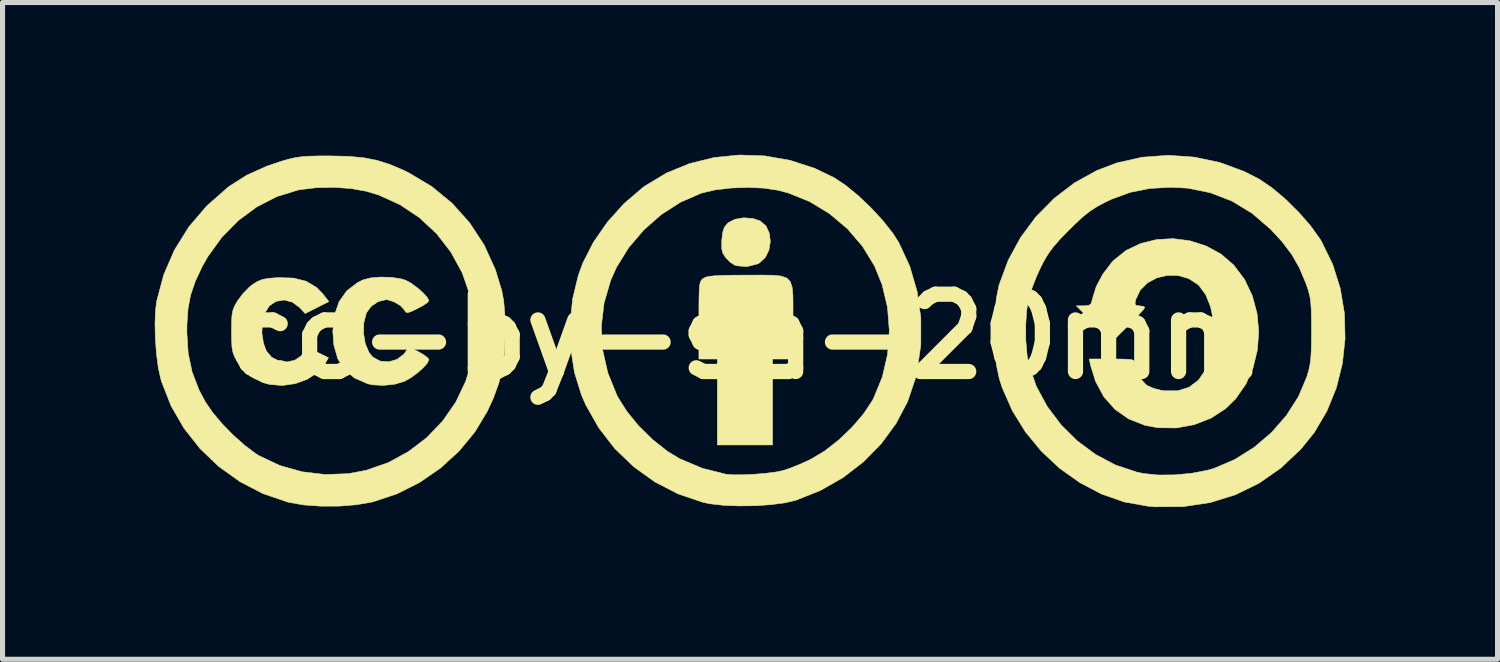
<source format=kicad_pcb>
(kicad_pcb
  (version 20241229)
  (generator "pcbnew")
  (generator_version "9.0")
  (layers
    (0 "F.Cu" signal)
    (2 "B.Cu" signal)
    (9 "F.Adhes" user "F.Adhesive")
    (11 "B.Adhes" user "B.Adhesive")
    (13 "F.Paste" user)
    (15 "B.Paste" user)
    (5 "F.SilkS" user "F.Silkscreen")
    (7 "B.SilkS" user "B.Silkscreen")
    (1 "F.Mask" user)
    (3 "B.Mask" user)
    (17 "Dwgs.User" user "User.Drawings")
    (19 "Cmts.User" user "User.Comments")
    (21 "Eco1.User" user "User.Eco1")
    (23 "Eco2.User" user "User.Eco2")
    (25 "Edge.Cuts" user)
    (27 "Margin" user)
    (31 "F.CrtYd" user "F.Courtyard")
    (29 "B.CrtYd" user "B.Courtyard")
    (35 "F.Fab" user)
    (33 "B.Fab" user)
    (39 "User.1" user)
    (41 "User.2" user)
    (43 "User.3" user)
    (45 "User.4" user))
  (footprint "cc-by-sa-20mm"
    (layer "F.Cu")
    (at 11.653 3.583)
    (property "Reference" "cc-by-sa-20mm" (at 0 0 0) (layer "F.SilkS") (effects (font (size 1.524 1.524) (thickness 0.3))))
    (attr through_hole)
    (fp_poly (pts (xy 0.135 -2.327) (xy 0.28 -2.279) (xy 0.395 -2.179) (xy 0.461 -2.036) (xy 0.48 -1.871) (xy 0.453 -1.704) (xy 0.381 -1.557) (xy 0.265 -1.45) (xy 0.224 -1.43) (xy 0.017 -1.378) (xy -0.179 -1.394) (xy -0.226 -1.41) (xy -0.31 -1.465) (xy -0.396 -1.552) (xy -0.402 -1.559) (xy -0.454 -1.64) (xy -0.477 -1.729) (xy -0.478 -1.856) (xy -0.475 -1.911) (xy -0.458 -2.058) (xy -0.425 -2.154) (xy -0.367 -2.226) (xy -0.348 -2.244) (xy -0.217 -2.311) (xy -0.045 -2.34) (xy 0.135 -2.327)) (stroke (width 0.01) (type solid)) (fill yes) (layer "F.SilkS"))
    (fp_poly (pts (xy 0.529 -1.208) (xy 0.692 -1.192) (xy 0.804 -1.153) (xy 0.874 -1.082) (xy 0.911 -0.969) (xy 0.926 -0.804) (xy 0.928 -0.578) (xy 0.927 -0.302) (xy 0.927 0.443) (xy 0.524 0.443) (xy 0.524 2.137) (xy -0.564 2.137) (xy -0.564 0.443) (xy -0.927 0.443) (xy -0.927 -0.32) (xy -0.927 -0.586) (xy -0.925 -0.783) (xy -0.92 -0.923) (xy -0.912 -1.017) (xy -0.898 -1.076) (xy -0.877 -1.113) (xy -0.849 -1.139) (xy -0.838 -1.147) (xy -0.792 -1.17) (xy -0.72 -1.186) (xy -0.612 -1.198) (xy -0.457 -1.205) (xy -0.242 -1.209) (xy 0.009 -1.21) (xy 0.304 -1.211) (xy 0.529 -1.208)) (stroke (width 0.01) (type solid)) (fill yes) (layer "F.SilkS"))
    (fp_poly (pts (xy -8.916 -1.152) (xy -8.666 -1.088) (xy -8.463 -0.967) (xy -8.343 -0.843) (xy -8.221 -0.689) (xy -8.688 -0.453) (xy -8.792 -0.567) (xy -8.939 -0.677) (xy -9.101 -0.72) (xy -9.262 -0.693) (xy -9.393 -0.606) (xy -9.481 -0.467) (xy -9.531 -0.281) (xy -9.541 -0.071) (xy -9.509 0.137) (xy -9.452 0.286) (xy -9.35 0.408) (xy -9.208 0.48) (xy -9.049 0.501) (xy -8.896 0.469) (xy -8.768 0.384) (xy -8.724 0.325) (xy -8.655 0.209) (xy -8.229 0.418) (xy -8.297 0.534) (xy -8.444 0.708) (xy -8.644 0.841) (xy -8.881 0.928) (xy -9.136 0.965) (xy -9.391 0.944) (xy -9.527 0.906) (xy -9.758 0.79) (xy -9.935 0.627) (xy -10.029 0.491) (xy -10.08 0.397) (xy -10.113 0.309) (xy -10.131 0.207) (xy -10.138 0.067) (xy -10.14 -0.104) (xy -10.138 -0.293) (xy -10.13 -0.425) (xy -10.111 -0.521) (xy -10.077 -0.605) (xy -10.023 -0.7) (xy -10.018 -0.707) (xy -9.914 -0.845) (xy -9.788 -0.974) (xy -9.726 -1.024) (xy -9.628 -1.086) (xy -9.532 -1.124) (xy -9.411 -1.147) (xy -9.238 -1.16) (xy -9.221 -1.161) (xy -8.916 -1.152)) (stroke (width 0.01) (type solid)) (fill yes) (layer "F.SilkS"))
    (fp_poly (pts (xy -6.989 -1.166) (xy -6.801 -1.138) (xy -6.706 -1.109) (xy -6.598 -1.049) (xy -6.48 -0.963) (xy -6.369 -0.866) (xy -6.286 -0.776) (xy -6.249 -0.71) (xy -6.249 -0.706) (xy -6.283 -0.666) (xy -6.37 -0.608) (xy -6.47 -0.554) (xy -6.592 -0.495) (xy -6.663 -0.471) (xy -6.701 -0.478) (xy -6.728 -0.515) (xy -6.733 -0.525) (xy -6.813 -0.611) (xy -6.937 -0.684) (xy -7.065 -0.724) (xy -7.096 -0.726) (xy -7.246 -0.69) (xy -7.384 -0.598) (xy -7.479 -0.47) (xy -7.482 -0.462) (xy -7.532 -0.271) (xy -7.537 -0.063) (xy -7.503 0.14) (xy -7.432 0.311) (xy -7.353 0.408) (xy -7.207 0.485) (xy -7.04 0.498) (xy -6.878 0.451) (xy -6.743 0.348) (xy -6.712 0.307) (xy -6.645 0.204) (xy -6.447 0.304) (xy -6.338 0.368) (xy -6.266 0.427) (xy -6.249 0.456) (xy -6.281 0.525) (xy -6.363 0.618) (xy -6.479 0.72) (xy -6.608 0.814) (xy -6.733 0.884) (xy -6.922 0.94) (xy -7.145 0.963) (xy -7.361 0.952) (xy -7.459 0.93) (xy -7.715 0.818) (xy -7.91 0.655) (xy -8.045 0.44) (xy -8.122 0.17) (xy -8.143 -0.101) (xy -8.112 -0.418) (xy -8.02 -0.686) (xy -7.866 -0.902) (xy -7.653 -1.065) (xy -7.544 -1.118) (xy -7.393 -1.156) (xy -7.197 -1.172) (xy -6.989 -1.166)) (stroke (width 0.01) (type solid)) (fill yes) (layer "F.SilkS"))
    (fp_poly (pts (xy 8.751 -1.887) (xy 9.067 -1.786) (xy 9.359 -1.628) (xy 9.612 -1.411) (xy 9.614 -1.409) (xy 9.828 -1.125) (xy 9.981 -0.802) (xy 10.074 -0.455) (xy 10.107 -0.096) (xy 10.081 0.265) (xy 9.996 0.613) (xy 9.854 0.937) (xy 9.654 1.226) (xy 9.458 1.419) (xy 9.166 1.609) (xy 8.834 1.738) (xy 8.48 1.802) (xy 8.12 1.798) (xy 7.863 1.75) (xy 7.545 1.625) (xy 7.275 1.437) (xy 7.055 1.189) (xy 6.892 0.887) (xy 6.795 0.575) (xy 6.767 0.443) (xy 7.214 0.443) (xy 7.408 0.444) (xy 7.536 0.449) (xy 7.612 0.459) (xy 7.648 0.478) (xy 7.66 0.508) (xy 7.66 0.528) (xy 7.691 0.671) (xy 7.77 0.821) (xy 7.877 0.942) (xy 7.916 0.97) (xy 8.031 1.02) (xy 8.179 1.059) (xy 8.244 1.07) (xy 8.509 1.07) (xy 8.733 1) (xy 8.918 0.861) (xy 9.063 0.651) (xy 9.167 0.373) (xy 9.193 0.262) (xy 9.227 -0.029) (xy 9.214 -0.318) (xy 9.157 -0.589) (xy 9.062 -0.824) (xy 8.93 -1.004) (xy 8.91 -1.023) (xy 8.726 -1.143) (xy 8.519 -1.202) (xy 8.304 -1.205) (xy 8.097 -1.156) (xy 7.914 -1.057) (xy 7.771 -0.914) (xy 7.683 -0.73) (xy 7.679 -0.716) (xy 7.668 -0.636) (xy 7.702 -0.608) (xy 7.757 -0.605) (xy 7.835 -0.594) (xy 7.862 -0.574) (xy 7.835 -0.534) (xy 7.762 -0.451) (xy 7.654 -0.338) (xy 7.539 -0.221) (xy 7.216 0.1) (xy 6.512 -0.605) (xy 6.658 -0.605) (xy 6.755 -0.612) (xy 6.803 -0.648) (xy 6.829 -0.737) (xy 6.833 -0.756) (xy 6.906 -0.99) (xy 7.036 -1.232) (xy 7.205 -1.455) (xy 7.245 -1.499) (xy 7.493 -1.697) (xy 7.78 -1.834) (xy 8.094 -1.911) (xy 8.422 -1.929) (xy 8.751 -1.887)) (stroke (width 0.01) (type solid)) (fill yes) (layer "F.SilkS"))
    (fp_poly (pts (xy 0.372 -3.56) (xy 0.87 -3.473) (xy 1.353 -3.316) (xy 1.734 -3.133) (xy 1.961 -2.983) (xy 2.208 -2.781) (xy 2.457 -2.545) (xy 2.689 -2.295) (xy 2.886 -2.048) (xy 3.011 -1.854) (xy 3.228 -1.387) (xy 3.373 -0.89) (xy 3.447 -0.371) (xy 3.447 0.158) (xy 3.373 0.687) (xy 3.341 0.824) (xy 3.186 1.283) (xy 2.958 1.715) (xy 2.666 2.113) (xy 2.317 2.469) (xy 1.915 2.779) (xy 1.47 3.033) (xy 0.988 3.226) (xy 0.768 3.278) (xy 0.492 3.314) (xy 0.184 3.335) (xy -0.134 3.339) (xy -0.438 3.327) (xy -0.706 3.297) (xy -0.847 3.268) (xy -1.337 3.102) (xy -1.795 2.866) (xy -2.213 2.566) (xy -2.585 2.208) (xy -2.902 1.799) (xy -3.158 1.346) (xy -3.242 1.154) (xy -3.379 0.711) (xy -3.454 0.235) (xy -3.465 -0.201) (xy -2.851 -0.201) (xy -2.826 0.26) (xy -2.723 0.716) (xy -2.543 1.16) (xy -2.528 1.189) (xy -2.348 1.476) (xy -2.112 1.765) (xy -1.838 2.033) (xy -1.549 2.262) (xy -1.31 2.407) (xy -0.861 2.597) (xy -0.398 2.713) (xy -0.383 2.716) (xy -0.241 2.726) (xy -0.046 2.725) (xy 0.176 2.714) (xy 0.398 2.695) (xy 0.594 2.67) (xy 0.726 2.643) (xy 0.867 2.596) (xy 1.046 2.525) (xy 1.232 2.442) (xy 1.283 2.417) (xy 1.554 2.255) (xy 1.829 2.039) (xy 2.091 1.789) (xy 2.318 1.524) (xy 2.492 1.262) (xy 2.514 1.222) (xy 2.688 0.798) (xy 2.792 0.349) (xy 2.826 -0.114) (xy 2.79 -0.576) (xy 2.683 -1.024) (xy 2.534 -1.391) (xy 2.297 -1.779) (xy 1.998 -2.126) (xy 1.648 -2.421) (xy 1.257 -2.659) (xy 0.836 -2.829) (xy 0.629 -2.884) (xy 0.351 -2.925) (xy 0.034 -2.939) (xy -0.293 -2.927) (xy -0.602 -2.891) (xy -0.865 -2.83) (xy -0.887 -2.823) (xy -1.291 -2.647) (xy -1.671 -2.403) (xy -2.015 -2.1) (xy -2.312 -1.751) (xy -2.551 -1.365) (xy -2.665 -1.111) (xy -2.797 -0.66) (xy -2.851 -0.201) (xy -3.465 -0.201) (xy -3.466 -0.255) (xy -3.416 -0.741) (xy -3.304 -1.206) (xy -3.219 -1.44) (xy -3.008 -1.855) (xy -2.731 -2.255) (xy -2.402 -2.621) (xy -2.036 -2.934) (xy -1.991 -2.967) (xy -1.568 -3.222) (xy -1.111 -3.409) (xy -0.628 -3.528) (xy -0.13 -3.578) (xy 0.372 -3.56)) (stroke (width 0.01) (type solid)) (fill yes) (layer "F.SilkS"))
    (fp_poly (pts (xy -7.844 -3.552) (xy -7.54 -3.524) (xy -7.27 -3.472) (xy -7.013 -3.39) (xy -6.744 -3.275) (xy -6.649 -3.228) (xy -6.193 -2.957) (xy -5.791 -2.626) (xy -5.447 -2.242) (xy -5.162 -1.807) (xy -4.942 -1.326) (xy -4.812 -0.901) (xy -4.775 -0.7) (xy -4.754 -0.452) (xy -4.747 -0.142) (xy -4.747 -0.081) (xy -4.76 0.296) (xy -4.799 0.62) (xy -4.871 0.919) (xy -4.98 1.219) (xy -5.097 1.472) (xy -5.343 1.882) (xy -5.655 2.259) (xy -6.021 2.593) (xy -6.432 2.876) (xy -6.876 3.1) (xy -7.343 3.255) (xy -7.378 3.264) (xy -7.68 3.316) (xy -8.022 3.343) (xy -8.375 3.344) (xy -8.712 3.32) (xy -9.003 3.27) (xy -9.031 3.263) (xy -9.518 3.097) (xy -9.973 2.861) (xy -10.39 2.563) (xy -10.759 2.21) (xy -11.075 1.81) (xy -11.331 1.368) (xy -11.517 0.893) (xy -11.533 0.84) (xy -11.583 0.614) (xy -11.619 0.338) (xy -11.641 0.039) (xy -11.644 -0.081) (xy -11.02 -0.081) (xy -10.994 0.329) (xy -10.917 0.696) (xy -10.783 1.047) (xy -10.655 1.29) (xy -10.514 1.495) (xy -10.324 1.721) (xy -10.105 1.945) (xy -9.877 2.147) (xy -9.663 2.308) (xy -9.596 2.35) (xy -9.188 2.542) (xy -8.749 2.666) (xy -8.294 2.72) (xy -7.837 2.703) (xy -7.486 2.637) (xy -7.052 2.486) (xy -6.65 2.267) (xy -6.288 1.99) (xy -5.975 1.662) (xy -5.718 1.291) (xy -5.525 0.885) (xy -5.442 0.621) (xy -5.382 0.285) (xy -5.361 -0.086) (xy -5.379 -0.458) (xy -5.435 -0.795) (xy -5.44 -0.816) (xy -5.593 -1.257) (xy -5.815 -1.663) (xy -6.096 -2.027) (xy -6.432 -2.34) (xy -6.814 -2.596) (xy -7.235 -2.788) (xy -7.482 -2.863) (xy -7.784 -2.917) (xy -8.126 -2.941) (xy -8.474 -2.933) (xy -8.793 -2.894) (xy -8.833 -2.886) (xy -9.249 -2.757) (xy -9.643 -2.555) (xy -10.005 -2.287) (xy -10.329 -1.959) (xy -10.605 -1.577) (xy -10.72 -1.374) (xy -10.854 -1.088) (xy -10.945 -0.822) (xy -10.997 -0.548) (xy -11.018 -0.237) (xy -11.02 -0.081) (xy -11.644 -0.081) (xy -11.648 -0.256) (xy -11.637 -0.522) (xy -11.615 -0.695) (xy -11.476 -1.217) (xy -11.264 -1.706) (xy -10.983 -2.158) (xy -10.633 -2.569) (xy -10.218 -2.935) (xy -10.183 -2.962) (xy -9.842 -3.179) (xy -9.444 -3.358) (xy -9.164 -3.453) (xy -9.014 -3.496) (xy -8.882 -3.526) (xy -8.748 -3.545) (xy -8.589 -3.555) (xy -8.387 -3.56) (xy -8.205 -3.56) (xy -7.844 -3.552)) (stroke (width 0.01) (type solid)) (fill yes) (layer "F.SilkS"))
    (fp_poly (pts (xy 8.837 -3.536) (xy 9.341 -3.43) (xy 9.822 -3.253) (xy 10.126 -3.097) (xy 10.375 -2.926) (xy 10.638 -2.704) (xy 10.896 -2.449) (xy 11.127 -2.184) (xy 11.312 -1.927) (xy 11.344 -1.875) (xy 11.564 -1.424) (xy 11.714 -0.948) (xy 11.796 -0.456) (xy 11.809 0.04) (xy 11.756 0.533) (xy 11.637 1.011) (xy 11.452 1.467) (xy 11.204 1.889) (xy 10.937 2.22) (xy 10.541 2.593) (xy 10.11 2.893) (xy 9.645 3.12) (xy 9.149 3.273) (xy 8.624 3.352) (xy 8.071 3.356) (xy 7.915 3.343) (xy 7.453 3.26) (xy 7.005 3.103) (xy 6.579 2.879) (xy 6.181 2.596) (xy 5.822 2.26) (xy 5.508 1.879) (xy 5.249 1.46) (xy 5.051 1.009) (xy 4.993 0.827) (xy 4.937 0.561) (xy 4.904 0.244) (xy 4.892 -0.098) (xy 4.896 -0.23) (xy 5.514 -0.23) (xy 5.516 0.076) (xy 5.541 0.363) (xy 5.578 0.564) (xy 5.724 0.984) (xy 5.938 1.379) (xy 6.21 1.74) (xy 6.531 2.058) (xy 6.892 2.325) (xy 7.285 2.533) (xy 7.699 2.671) (xy 7.835 2.7) (xy 8.125 2.73) (xy 8.454 2.727) (xy 8.79 2.695) (xy 9.1 2.635) (xy 9.229 2.598) (xy 9.636 2.423) (xy 10.016 2.185) (xy 10.359 1.892) (xy 10.653 1.556) (xy 10.889 1.187) (xy 11.055 0.795) (xy 11.058 0.786) (xy 11.094 0.662) (xy 11.119 0.541) (xy 11.135 0.405) (xy 11.144 0.234) (xy 11.147 0.01) (xy 11.147 -0.121) (xy 11.146 -0.366) (xy 11.141 -0.549) (xy 11.131 -0.688) (xy 11.113 -0.801) (xy 11.085 -0.908) (xy 11.045 -1.026) (xy 11.039 -1.042) (xy 10.911 -1.349) (xy 10.758 -1.618) (xy 10.564 -1.874) (xy 10.341 -2.115) (xy 9.977 -2.428) (xy 9.581 -2.669) (xy 9.154 -2.834) (xy 8.7 -2.925) (xy 8.37 -2.942) (xy 7.952 -2.918) (xy 7.574 -2.842) (xy 7.207 -2.707) (xy 7.096 -2.655) (xy 6.931 -2.568) (xy 6.787 -2.476) (xy 6.645 -2.364) (xy 6.484 -2.215) (xy 6.367 -2.1) (xy 6.189 -1.917) (xy 6.058 -1.767) (xy 5.956 -1.628) (xy 5.869 -1.481) (xy 5.813 -1.371) (xy 5.727 -1.182) (xy 5.648 -0.982) (xy 5.589 -0.807) (xy 5.577 -0.766) (xy 5.534 -0.521) (xy 5.514 -0.23) (xy 4.896 -0.23) (xy 4.903 -0.44) (xy 4.936 -0.756) (xy 4.99 -1.019) (xy 5.169 -1.502) (xy 5.414 -1.953) (xy 5.718 -2.362) (xy 6.075 -2.723) (xy 6.476 -3.029) (xy 6.915 -3.272) (xy 7.31 -3.422) (xy 7.809 -3.534) (xy 8.322 -3.572) (xy 8.837 -3.536)) (stroke (width 0.01) (type solid)) (fill yes) (layer "F.SilkS")))
  (gr_rect
    (start -3 -3)
    (end 26.467 9.944)
    (stroke (width 0.1) (type default))
    (fill no)
    (layer "Edge.Cuts")))
</source>
